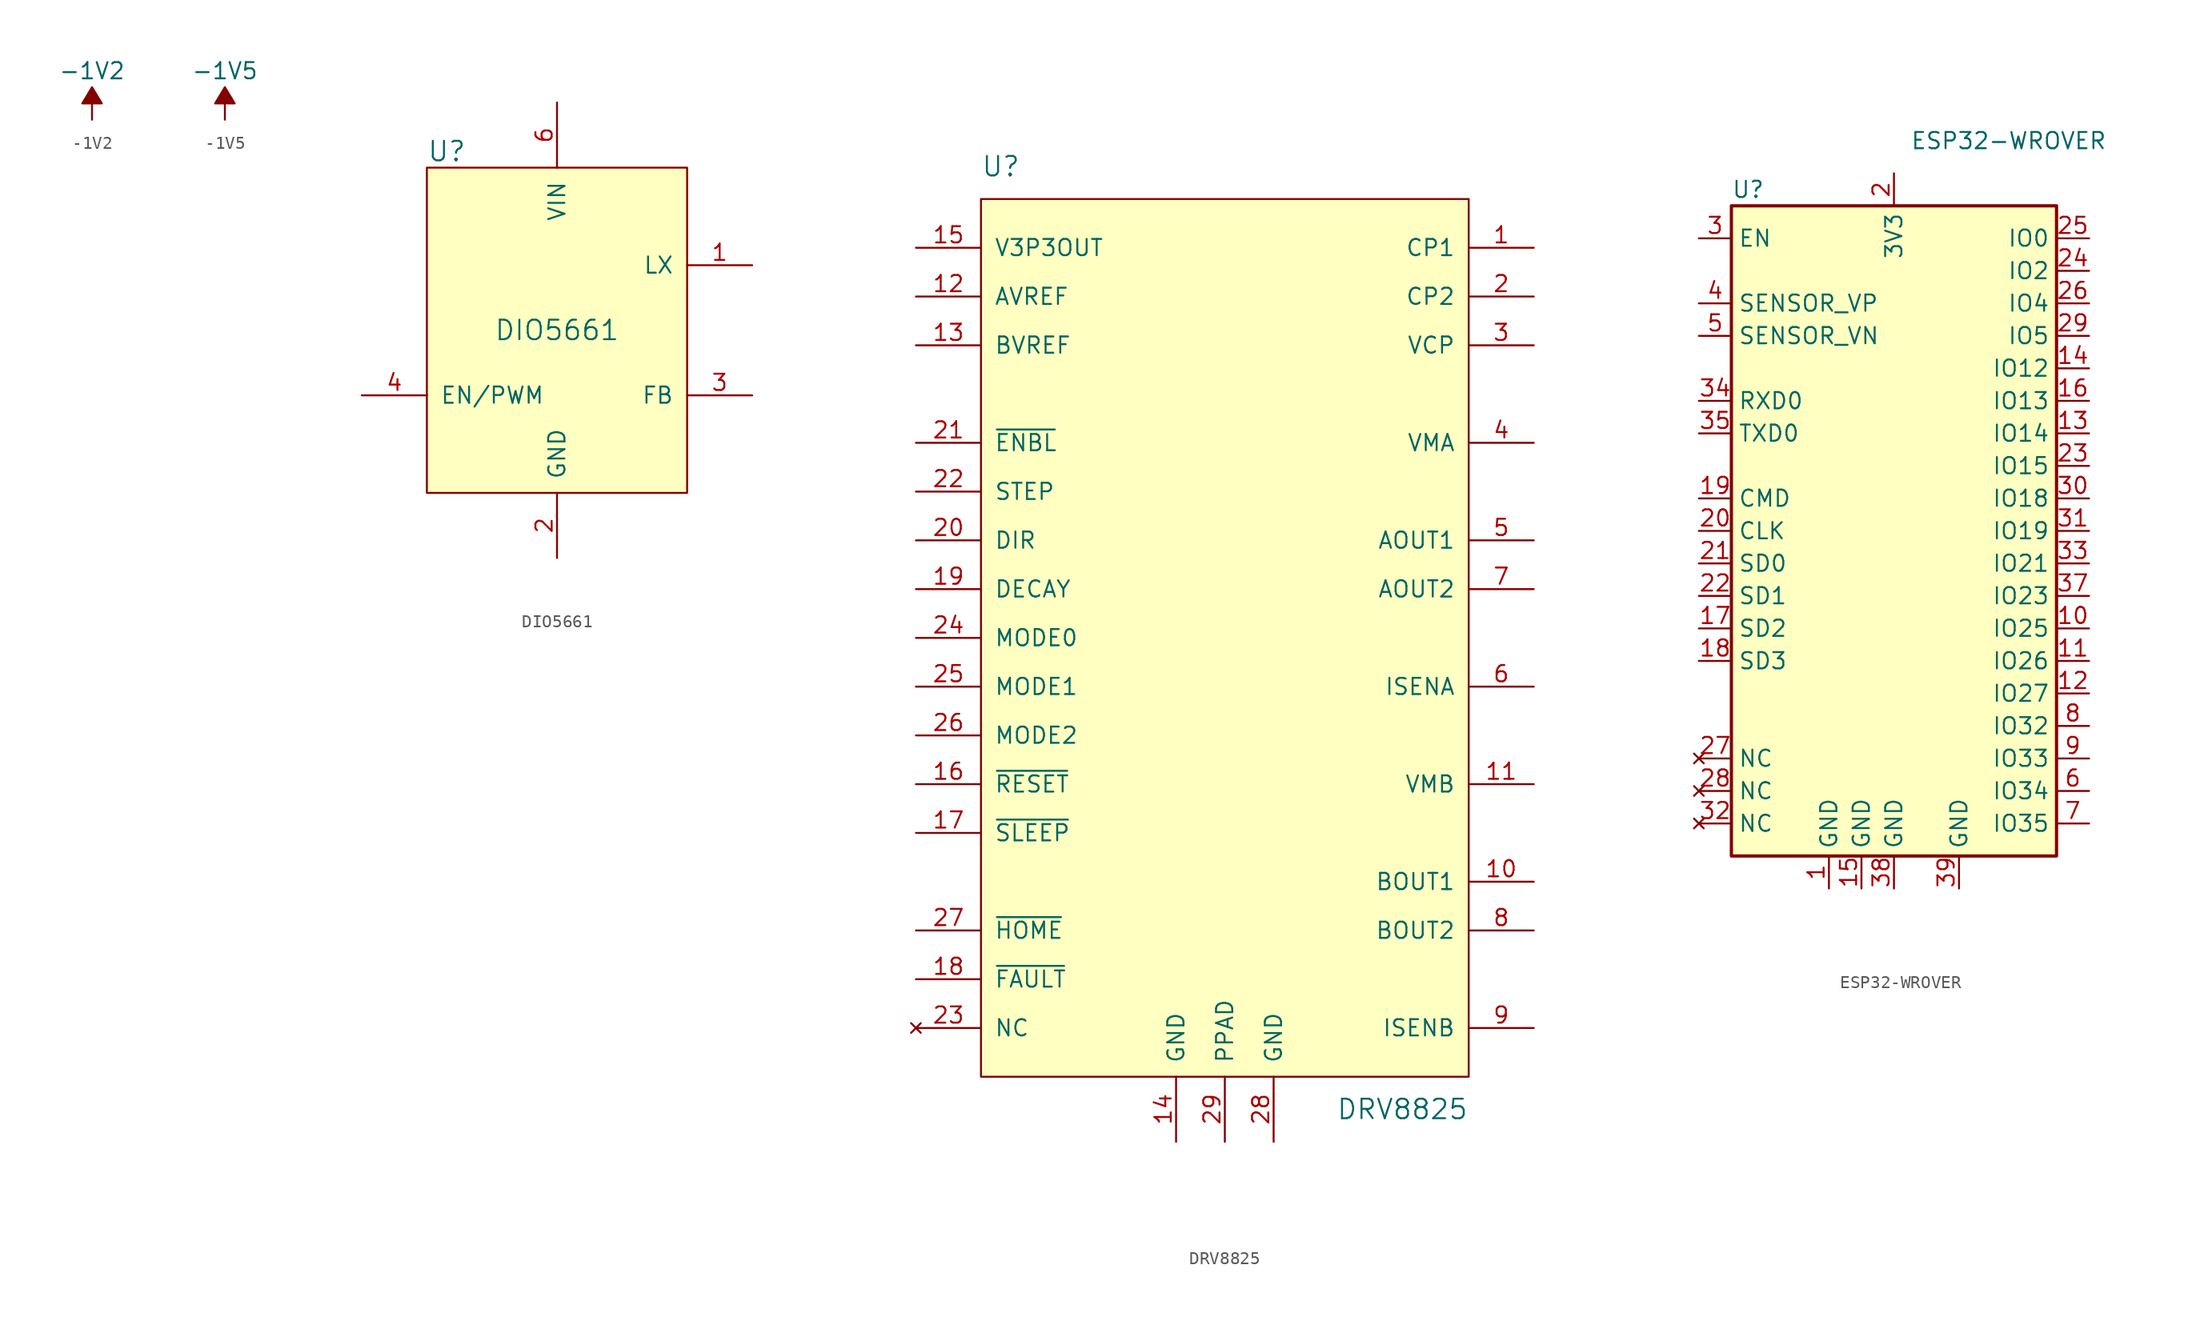
<source format=kicad_sym>
(kicad_symbol_lib
  (version 20211014)
  (generator kicad_symbol_editor)
  (symbol "-1V2"
    (power)
    (pin_names
      (offset 0))
    (property "Reference" "#PWR"
      (at 0 2.54 0)
      (effects (font (size 1.27 1.27)) hide))
    (property "Value" "-1V2"
      (at 0 3.81 0)
      (effects (font (size 1.27 1.27))))
    (symbol "-1V2_0_0"
      (pin power_in line (at 0 0 90) (length 0) hide (name "-1V2" (effects (font (size 1.27 1.27)))) (number "1" (effects (font (size 1.27 1.27))))))
    (symbol "-1V2_0_1"
      (polyline (pts (xy 0 0) (xy 0 1.27) (xy 0.762 1.27) (xy 0 2.54) (xy -0.762 1.27) (xy 0 1.27)) (stroke (width 0) (type default) (color 0 0 0 0)) (fill (type outline)))))
  (symbol "-1V5"
    (power)
    (pin_names
      (offset 0))
    (property "Reference" "#PWR"
      (at 0 2.54 0)
      (effects (font (size 1.27 1.27)) hide))
    (property "Value" "-1V5"
      (at 0 3.81 0)
      (effects (font (size 1.27 1.27))))
    (symbol "-1V5_0_0"
      (pin power_in line (at 0 0 90) (length 0) hide (name "-1V5" (effects (font (size 1.27 1.27)))) (number "1" (effects (font (size 1.27 1.27))))))
    (symbol "-1V5_0_1"
      (polyline (pts (xy 0 0) (xy 0 1.27) (xy 0.762 1.27) (xy 0 2.54) (xy -0.762 1.27) (xy 0 1.27)) (stroke (width 0) (type default) (color 0 0 0 0)) (fill (type outline)))))
  (symbol "DIO5661"
    (pin_names
      (offset 1.016))
    (property "Reference" "U"
      (at -10.16 13.97 0)
      (effects (font (size 1.524 1.524)) (justify left)))
    (property "Value" "DIO5661"
      (at 0 0 0)
      (effects (font (size 1.524 1.524))))
    (symbol "DIO5661_0_1"
      (rectangle (start -10.16 12.7) (end 10.16 -12.7) (stroke (width 0) (type default) (color 0 0 0 0)) (fill (type background))))
    (symbol "DIO5661_1_1"
      (pin power_out line (at 15.24 5.08 180) (length 5.08) (name "LX" (effects (font (size 1.27 1.27)))) (number "1" (effects (font (size 1.27 1.27)))))
      (pin power_in line (at 0 -17.78 90) (length 5.08) (name "GND" (effects (font (size 1.27 1.27)))) (number "2" (effects (font (size 1.27 1.27)))))
      (pin input line (at 15.24 -5.08 180) (length 5.08) (name "FB" (effects (font (size 1.27 1.27)))) (number "3" (effects (font (size 1.27 1.27)))))
      (pin input line (at -15.24 -5.08 0) (length 5.08) (name "EN/PWM" (effects (font (size 1.27 1.27)))) (number "4" (effects (font (size 1.27 1.27)))))
      (pin power_in line (at 0 17.78 270) (length 5.08) (name "VIN" (effects (font (size 1.27 1.27)))) (number "6" (effects (font (size 1.27 1.27)))))))
  (symbol "DRV8825"
    (pin_names
      (offset 1.016))
    (property "Reference" "U"
      (at -19.05 36.83 0)
      (effects (font (size 1.524 1.524)) (justify left)))
    (property "Value" "DRV8825"
      (at 19.05 -36.83 0)
      (effects (font (size 1.524 1.524)) (justify right)))
    (symbol "DRV8825_0_1"
      (rectangle (start -19.05 34.29) (end 19.05 -34.29) (stroke (width 0) (type default) (color 0 0 0 0)) (fill (type background))))
    (symbol "DRV8825_1_1"
      (pin bidirectional line (at 24.13 30.48 180) (length 5.08) (name "CP1" (effects (font (size 1.27 1.27)))) (number "1" (effects (font (size 1.27 1.27)))))
      (pin bidirectional line (at 24.13 -19.05 180) (length 5.08) (name "BOUT1" (effects (font (size 1.27 1.27)))) (number "10" (effects (font (size 1.27 1.27)))))
      (pin power_in line (at 24.13 -11.43 180) (length 5.08) (name "VMB" (effects (font (size 1.27 1.27)))) (number "11" (effects (font (size 1.27 1.27)))))
      (pin bidirectional line (at -24.13 26.67 0) (length 5.08) (name "AVREF" (effects (font (size 1.27 1.27)))) (number "12" (effects (font (size 1.27 1.27)))))
      (pin bidirectional line (at -24.13 22.86 0) (length 5.08) (name "BVREF" (effects (font (size 1.27 1.27)))) (number "13" (effects (font (size 1.27 1.27)))))
      (pin power_in line (at -3.81 -39.37 90) (length 5.08) (name "GND" (effects (font (size 1.27 1.27)))) (number "14" (effects (font (size 1.27 1.27)))))
      (pin power_out line (at -24.13 30.48 0) (length 5.08) (name "V3P3OUT" (effects (font (size 1.27 1.27)))) (number "15" (effects (font (size 1.27 1.27)))))
      (pin input line (at -24.13 -11.43 0) (length 5.08) (name "~{RESET}" (effects (font (size 1.27 1.27)))) (number "16" (effects (font (size 1.27 1.27)))))
      (pin input line (at -24.13 -15.24 0) (length 5.08) (name "~{SLEEP}" (effects (font (size 1.27 1.27)))) (number "17" (effects (font (size 1.27 1.27)))))
      (pin open_collector line (at -24.13 -26.67 0) (length 5.08) (name "~{FAULT}" (effects (font (size 1.27 1.27)))) (number "18" (effects (font (size 1.27 1.27)))))
      (pin input line (at -24.13 3.81 0) (length 5.08) (name "DECAY" (effects (font (size 1.27 1.27)))) (number "19" (effects (font (size 1.27 1.27)))))
      (pin bidirectional line (at 24.13 26.67 180) (length 5.08) (name "CP2" (effects (font (size 1.27 1.27)))) (number "2" (effects (font (size 1.27 1.27)))))
      (pin input line (at -24.13 7.62 0) (length 5.08) (name "DIR" (effects (font (size 1.27 1.27)))) (number "20" (effects (font (size 1.27 1.27)))))
      (pin input line (at -24.13 15.24 0) (length 5.08) (name "~{ENBL}" (effects (font (size 1.27 1.27)))) (number "21" (effects (font (size 1.27 1.27)))))
      (pin input line (at -24.13 11.43 0) (length 5.08) (name "STEP" (effects (font (size 1.27 1.27)))) (number "22" (effects (font (size 1.27 1.27)))))
      (pin no_connect line (at -24.13 -30.48 0) (length 5.08) (name "NC" (effects (font (size 1.27 1.27)))) (number "23" (effects (font (size 1.27 1.27)))))
      (pin input line (at -24.13 0 0) (length 5.08) (name "MODE0" (effects (font (size 1.27 1.27)))) (number "24" (effects (font (size 1.27 1.27)))))
      (pin input line (at -24.13 -3.81 0) (length 5.08) (name "MODE1" (effects (font (size 1.27 1.27)))) (number "25" (effects (font (size 1.27 1.27)))))
      (pin input line (at -24.13 -7.62 0) (length 5.08) (name "MODE2" (effects (font (size 1.27 1.27)))) (number "26" (effects (font (size 1.27 1.27)))))
      (pin open_collector line (at -24.13 -22.86 0) (length 5.08) (name "~{HOME}" (effects (font (size 1.27 1.27)))) (number "27" (effects (font (size 1.27 1.27)))))
      (pin power_in line (at 3.81 -39.37 90) (length 5.08) (name "GND" (effects (font (size 1.27 1.27)))) (number "28" (effects (font (size 1.27 1.27)))))
      (pin power_in line (at 0 -39.37 90) (length 5.08) (name "PPAD" (effects (font (size 1.27 1.27)))) (number "29" (effects (font (size 1.27 1.27)))))
      (pin bidirectional line (at 24.13 22.86 180) (length 5.08) (name "VCP" (effects (font (size 1.27 1.27)))) (number "3" (effects (font (size 1.27 1.27)))))
      (pin power_in line (at 24.13 15.24 180) (length 5.08) (name "VMA" (effects (font (size 1.27 1.27)))) (number "4" (effects (font (size 1.27 1.27)))))
      (pin bidirectional line (at 24.13 7.62 180) (length 5.08) (name "AOUT1" (effects (font (size 1.27 1.27)))) (number "5" (effects (font (size 1.27 1.27)))))
      (pin bidirectional line (at 24.13 -3.81 180) (length 5.08) (name "ISENA" (effects (font (size 1.27 1.27)))) (number "6" (effects (font (size 1.27 1.27)))))
      (pin bidirectional line (at 24.13 3.81 180) (length 5.08) (name "AOUT2" (effects (font (size 1.27 1.27)))) (number "7" (effects (font (size 1.27 1.27)))))
      (pin bidirectional line (at 24.13 -22.86 180) (length 5.08) (name "BOUT2" (effects (font (size 1.27 1.27)))) (number "8" (effects (font (size 1.27 1.27)))))
      (pin bidirectional line (at 24.13 -30.48 180) (length 5.08) (name "ISENB" (effects (font (size 1.27 1.27)))) (number "9" (effects (font (size 1.27 1.27)))))))
  (symbol "ESP32-WROVER"
    (property "Reference" "U"
      (at -12.7 26.67 0)
      (effects (font (size 1.27 1.27)) (justify left)))
    (property "Value" "ESP32-WROVER"
      (at 1.27 30.48 0)
      (effects (font (size 1.27 1.27)) (justify left)))
    (symbol "ESP32-WROVER_0_1"
      (rectangle (start -12.7 25.4) (end 12.7 -25.4) (stroke (width 0.254) (type default) (color 0 0 0 0)) (fill (type background))))
    (symbol "ESP32-WROVER_1_1"
      (pin power_in line (at -5.08 -27.94 90) (length 2.54) (name "GND" (effects (font (size 1.27 1.27)))) (number "1" (effects (font (size 1.27 1.27)))))
      (pin bidirectional line (at 15.24 -7.62 180) (length 2.54) (name "IO25" (effects (font (size 1.27 1.27)))) (number "10" (effects (font (size 1.27 1.27)))))
      (pin bidirectional line (at 15.24 -10.16 180) (length 2.54) (name "IO26" (effects (font (size 1.27 1.27)))) (number "11" (effects (font (size 1.27 1.27)))))
      (pin bidirectional line (at 15.24 -12.7 180) (length 2.54) (name "IO27" (effects (font (size 1.27 1.27)))) (number "12" (effects (font (size 1.27 1.27)))))
      (pin bidirectional line (at 15.24 7.62 180) (length 2.54) (name "IO14" (effects (font (size 1.27 1.27)))) (number "13" (effects (font (size 1.27 1.27)))))
      (pin bidirectional line (at 15.24 12.7 180) (length 2.54) (name "IO12" (effects (font (size 1.27 1.27)))) (number "14" (effects (font (size 1.27 1.27)))))
      (pin power_in line (at -2.54 -27.94 90) (length 2.54) (name "GND" (effects (font (size 1.27 1.27)))) (number "15" (effects (font (size 1.27 1.27)))))
      (pin bidirectional line (at 15.24 10.16 180) (length 2.54) (name "IO13" (effects (font (size 1.27 1.27)))) (number "16" (effects (font (size 1.27 1.27)))))
      (pin bidirectional line (at -15.24 -7.62 0) (length 2.54) (name "SD2" (effects (font (size 1.27 1.27)))) (number "17" (effects (font (size 1.27 1.27)))))
      (pin bidirectional line (at -15.24 -10.16 0) (length 2.54) (name "SD3" (effects (font (size 1.27 1.27)))) (number "18" (effects (font (size 1.27 1.27)))))
      (pin bidirectional line (at -15.24 2.54 0) (length 2.54) (name "CMD" (effects (font (size 1.27 1.27)))) (number "19" (effects (font (size 1.27 1.27)))))
      (pin power_in line (at 0 27.94 270) (length 2.54) (name "3V3" (effects (font (size 1.27 1.27)))) (number "2" (effects (font (size 1.27 1.27)))))
      (pin bidirectional line (at -15.24 0 0) (length 2.54) (name "CLK" (effects (font (size 1.27 1.27)))) (number "20" (effects (font (size 1.27 1.27)))))
      (pin bidirectional line (at -15.24 -2.54 0) (length 2.54) (name "SD0" (effects (font (size 1.27 1.27)))) (number "21" (effects (font (size 1.27 1.27)))))
      (pin bidirectional line (at -15.24 -5.08 0) (length 2.54) (name "SD1" (effects (font (size 1.27 1.27)))) (number "22" (effects (font (size 1.27 1.27)))))
      (pin bidirectional line (at 15.24 5.08 180) (length 2.54) (name "IO15" (effects (font (size 1.27 1.27)))) (number "23" (effects (font (size 1.27 1.27)))))
      (pin bidirectional line (at 15.24 20.32 180) (length 2.54) (name "IO2" (effects (font (size 1.27 1.27)))) (number "24" (effects (font (size 1.27 1.27)))))
      (pin bidirectional line (at 15.24 22.86 180) (length 2.54) (name "IO0" (effects (font (size 1.27 1.27)))) (number "25" (effects (font (size 1.27 1.27)))))
      (pin bidirectional line (at 15.24 17.78 180) (length 2.54) (name "IO4" (effects (font (size 1.27 1.27)))) (number "26" (effects (font (size 1.27 1.27)))))
      (pin no_connect line (at -15.24 -17.78 0) (length 2.54) (name "NC" (effects (font (size 1.27 1.27)))) (number "27" (effects (font (size 1.27 1.27)))))
      (pin no_connect line (at -15.24 -20.32 0) (length 2.54) (name "NC" (effects (font (size 1.27 1.27)))) (number "28" (effects (font (size 1.27 1.27)))))
      (pin bidirectional line (at 15.24 15.24 180) (length 2.54) (name "IO5" (effects (font (size 1.27 1.27)))) (number "29" (effects (font (size 1.27 1.27)))))
      (pin input line (at -15.24 22.86 0) (length 2.54) (name "EN" (effects (font (size 1.27 1.27)))) (number "3" (effects (font (size 1.27 1.27)))))
      (pin bidirectional line (at 15.24 2.54 180) (length 2.54) (name "IO18" (effects (font (size 1.27 1.27)))) (number "30" (effects (font (size 1.27 1.27)))))
      (pin bidirectional line (at 15.24 0 180) (length 2.54) (name "IO19" (effects (font (size 1.27 1.27)))) (number "31" (effects (font (size 1.27 1.27)))))
      (pin no_connect line (at -15.24 -22.86 0) (length 2.54) (name "NC" (effects (font (size 1.27 1.27)))) (number "32" (effects (font (size 1.27 1.27)))))
      (pin bidirectional line (at 15.24 -2.54 180) (length 2.54) (name "IO21" (effects (font (size 1.27 1.27)))) (number "33" (effects (font (size 1.27 1.27)))))
      (pin bidirectional line (at -15.24 10.16 0) (length 2.54) (name "RXD0" (effects (font (size 1.27 1.27)))) (number "34" (effects (font (size 1.27 1.27)))))
      (pin bidirectional line (at -15.24 7.62 0) (length 2.54) (name "TXD0" (effects (font (size 1.27 1.27)))) (number "35" (effects (font (size 1.27 1.27)))))
      (pin bidirectional line (at 15.24 -5.08 180) (length 2.54) (name "IO23" (effects (font (size 1.27 1.27)))) (number "37" (effects (font (size 1.27 1.27)))))
      (pin power_in line (at 0 -27.94 90) (length 2.54) (name "GND" (effects (font (size 1.27 1.27)))) (number "38" (effects (font (size 1.27 1.27)))))
      (pin power_in line (at 5.08 -27.94 90) (length 2.54) (name "GND" (effects (font (size 1.27 1.27)))) (number "39" (effects (font (size 1.27 1.27)))))
      (pin input line (at -15.24 17.78 0) (length 2.54) (name "SENSOR_VP" (effects (font (size 1.27 1.27)))) (number "4" (effects (font (size 1.27 1.27)))))
      (pin input line (at -15.24 15.24 0) (length 2.54) (name "SENSOR_VN" (effects (font (size 1.27 1.27)))) (number "5" (effects (font (size 1.27 1.27)))))
      (pin input line (at 15.24 -20.32 180) (length 2.54) (name "IO34" (effects (font (size 1.27 1.27)))) (number "6" (effects (font (size 1.27 1.27)))))
      (pin input line (at 15.24 -22.86 180) (length 2.54) (name "IO35" (effects (font (size 1.27 1.27)))) (number "7" (effects (font (size 1.27 1.27)))))
      (pin bidirectional line (at 15.24 -15.24 180) (length 2.54) (name "IO32" (effects (font (size 1.27 1.27)))) (number "8" (effects (font (size 1.27 1.27)))))
      (pin bidirectional line (at 15.24 -17.78 180) (length 2.54) (name "IO33" (effects (font (size 1.27 1.27)))) (number "9" (effects (font (size 1.27 1.27))))))))
</source>
